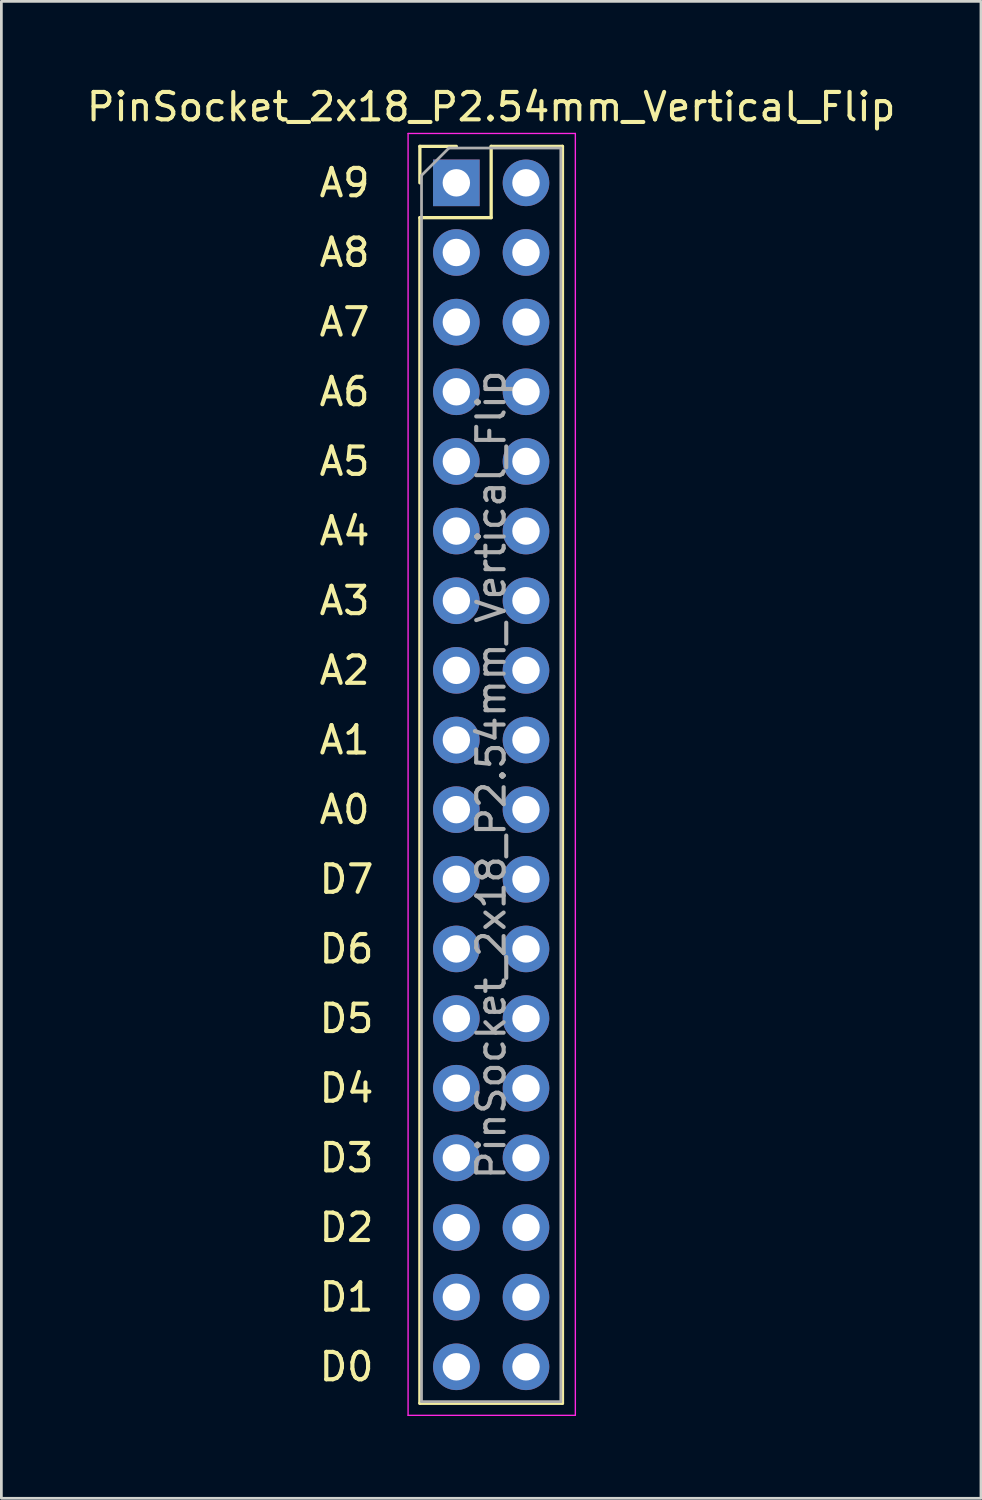
<source format=kicad_pcb>
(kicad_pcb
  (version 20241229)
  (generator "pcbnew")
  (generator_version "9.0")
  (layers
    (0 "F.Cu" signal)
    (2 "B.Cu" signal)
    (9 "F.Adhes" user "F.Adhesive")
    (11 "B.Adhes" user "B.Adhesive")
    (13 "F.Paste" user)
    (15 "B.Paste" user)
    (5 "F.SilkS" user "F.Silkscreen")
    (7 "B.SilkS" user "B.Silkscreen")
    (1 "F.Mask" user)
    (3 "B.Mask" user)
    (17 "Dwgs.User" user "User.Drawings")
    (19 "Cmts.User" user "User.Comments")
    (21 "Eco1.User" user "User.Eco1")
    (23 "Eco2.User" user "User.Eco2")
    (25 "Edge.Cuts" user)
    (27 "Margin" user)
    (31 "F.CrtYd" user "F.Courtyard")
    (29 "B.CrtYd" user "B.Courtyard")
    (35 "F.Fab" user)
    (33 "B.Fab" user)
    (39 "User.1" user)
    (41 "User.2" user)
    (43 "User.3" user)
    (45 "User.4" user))
  (footprint "PinSocket_2x18_P2.54mm_Vertical_Flip"
    (layer "F.Cu")
    (at 13.593 3.618)
    (property "Reference" "PinSocket_2x18_P2.54mm_Vertical_Flip" (at 1.27 -2.77 0) (layer "F.SilkS") (effects (font (size 1 1) (thickness 0.15))))
    (attr through_hole)
    (fp_line (start -1.33 -1.33) (end -1.33 0) (stroke (width 0.12) (type solid)) (layer "F.SilkS"))
    (fp_line (start -1.33 1.27) (end -1.33 44.51) (stroke (width 0.12) (type solid)) (layer "F.SilkS"))
    (fp_line (start 0 -1.33) (end -1.33 -1.33) (stroke (width 0.12) (type solid)) (layer "F.SilkS"))
    (fp_line (start 1.27 -1.33) (end 1.27 1.27) (stroke (width 0.12) (type solid)) (layer "F.SilkS"))
    (fp_line (start 1.27 1.27) (end -1.33 1.27) (stroke (width 0.12) (type solid)) (layer "F.SilkS"))
    (fp_line (start 3.87 -1.33) (end 1.27 -1.33) (stroke (width 0.12) (type solid)) (layer "F.SilkS"))
    (fp_line (start 3.87 -1.33) (end 3.87 44.51) (stroke (width 0.12) (type solid)) (layer "F.SilkS"))
    (fp_line (start 3.87 44.51) (end -1.33 44.51) (stroke (width 0.12) (type solid)) (layer "F.SilkS"))
    (fp_line (start -1.76 -1.8) (end -1.76 44.95) (stroke (width 0.05) (type solid)) (layer "F.CrtYd"))
    (fp_line (start -1.76 44.95) (end 4.34 44.95) (stroke (width 0.05) (type solid)) (layer "F.CrtYd"))
    (fp_line (start 4.34 -1.8) (end -1.76 -1.8) (stroke (width 0.05) (type solid)) (layer "F.CrtYd"))
    (fp_line (start 4.34 44.95) (end 4.34 -1.8) (stroke (width 0.05) (type solid)) (layer "F.CrtYd"))
    (fp_line (start -1.27 -0.27) (end -1.27 44.45) (stroke (width 0.1) (type solid)) (layer "F.Fab"))
    (fp_line (start -1.27 44.45) (end 3.81 44.45) (stroke (width 0.1) (type solid)) (layer "F.Fab"))
    (fp_line (start -0.27 -1.27) (end -1.27 -0.27) (stroke (width 0.1) (type solid)) (layer "F.Fab"))
    (fp_line (start 3.81 -1.27) (end -0.27 -1.27) (stroke (width 0.1) (type solid)) (layer "F.Fab"))
    (fp_line (start 3.81 44.45) (end 3.81 -1.27) (stroke (width 0.1) (type solid)) (layer "F.Fab"))
    (fp_text user "D5" (at -5.08 30.48 0) (unlocked yes) (layer "F.SilkS") (effects (font (size 1 1) (thickness 0.15)) (justify left)))
    (fp_text user "D4" (at -5.08 33.02 0) (unlocked yes) (layer "F.SilkS") (effects (font (size 1 1) (thickness 0.15)) (justify left)))
    (fp_text user "A5" (at -5.08 10.16 0) (unlocked yes) (layer "F.SilkS") (effects (font (size 1 1) (thickness 0.15)) (justify left)))
    (fp_text user "A0" (at -5.08 22.86 0) (unlocked yes) (layer "F.SilkS") (effects (font (size 1 1) (thickness 0.15)) (justify left)))
    (fp_text user "A2" (at -5.08 17.78 0) (unlocked yes) (layer "F.SilkS") (effects (font (size 1 1) (thickness 0.15)) (justify left)))
    (fp_text user "A6" (at -5.08 7.62 0) (unlocked yes) (layer "F.SilkS") (effects (font (size 1 1) (thickness 0.15)) (justify left)))
    (fp_text user "A8" (at -5.08 2.54 0) (unlocked yes) (layer "F.SilkS") (effects (font (size 1 1) (thickness 0.15)) (justify left)))
    (fp_text user "D3" (at -5.08 35.56 0) (unlocked yes) (layer "F.SilkS") (effects (font (size 1 1) (thickness 0.15)) (justify left)))
    (fp_text user "A9" (at -5.08 0 0) (unlocked yes) (layer "F.SilkS") (effects (font (size 1 1) (thickness 0.15)) (justify left)))
    (fp_text user "D2" (at -5.08 38.1 0) (unlocked yes) (layer "F.SilkS") (effects (font (size 1 1) (thickness 0.15)) (justify left)))
    (fp_text user "D1\n" (at -5.08 40.64 0) (unlocked yes) (layer "F.SilkS") (effects (font (size 1 1) (thickness 0.15)) (justify left)))
    (fp_text user "A7" (at -5.08 5.08 0) (unlocked yes) (layer "F.SilkS") (effects (font (size 1 1) (thickness 0.15)) (justify left)))
    (fp_text user "D0" (at -5.08 43.18 0) (unlocked yes) (layer "F.SilkS") (effects (font (size 1 1) (thickness 0.15)) (justify left)))
    (fp_text user "D7" (at -5.08 25.4 0) (unlocked yes) (layer "F.SilkS") (effects (font (size 1 1) (thickness 0.15)) (justify left)))
    (fp_text user "A4" (at -5.08 12.7 0) (unlocked yes) (layer "F.SilkS") (effects (font (size 1 1) (thickness 0.15)) (justify left)))
    (fp_text user "D6" (at -5.08 27.94 0) (unlocked yes) (layer "F.SilkS") (effects (font (size 1 1) (thickness 0.15)) (justify left)))
    (fp_text user "A1" (at -5.08 20.32 0) (unlocked yes) (layer "F.SilkS") (effects (font (size 1 1) (thickness 0.15)) (justify left)))
    (fp_text user "A3" (at -5.08 15.24 0) (unlocked yes) (layer "F.SilkS") (effects (font (size 1 1) (thickness 0.15)) (justify left)))
    (fp_text user "${REFERENCE}" (at 1.27 21.59 270) (layer "F.Fab") (effects (font (size 1 1) (thickness 0.15))))
    (pad "1" thru_hole rect (at 0 0) (size 1.7 1.7) (drill 1) (layers "*.Cu" "*.Mask"))
    (pad "2" thru_hole oval (at 2.54 0) (size 1.7 1.7) (drill 1) (layers "*.Cu" "*.Mask"))
    (pad "3" thru_hole oval (at 0 2.54) (size 1.7 1.7) (drill 1) (layers "*.Cu" "*.Mask"))
    (pad "4" thru_hole oval (at 2.54 2.54) (size 1.7 1.7) (drill 1) (layers "*.Cu" "*.Mask"))
    (pad "5" thru_hole oval (at 0 5.08) (size 1.7 1.7) (drill 1) (layers "*.Cu" "*.Mask"))
    (pad "6" thru_hole oval (at 2.54 5.08) (size 1.7 1.7) (drill 1) (layers "*.Cu" "*.Mask"))
    (pad "7" thru_hole oval (at 0 7.62) (size 1.7 1.7) (drill 1) (layers "*.Cu" "*.Mask"))
    (pad "8" thru_hole oval (at 2.54 7.62) (size 1.7 1.7) (drill 1) (layers "*.Cu" "*.Mask"))
    (pad "9" thru_hole oval (at 0 10.16) (size 1.7 1.7) (drill 1) (layers "*.Cu" "*.Mask"))
    (pad "10" thru_hole oval (at 2.54 10.16) (size 1.7 1.7) (drill 1) (layers "*.Cu" "*.Mask"))
    (pad "11" thru_hole oval (at 0 12.7) (size 1.7 1.7) (drill 1) (layers "*.Cu" "*.Mask"))
    (pad "12" thru_hole oval (at 2.54 12.7) (size 1.7 1.7) (drill 1) (layers "*.Cu" "*.Mask"))
    (pad "13" thru_hole oval (at 0 15.24) (size 1.7 1.7) (drill 1) (layers "*.Cu" "*.Mask"))
    (pad "14" thru_hole oval (at 2.54 15.24) (size 1.7 1.7) (drill 1) (layers "*.Cu" "*.Mask"))
    (pad "15" thru_hole oval (at 0 17.78) (size 1.7 1.7) (drill 1) (layers "*.Cu" "*.Mask"))
    (pad "16" thru_hole oval (at 2.54 17.78) (size 1.7 1.7) (drill 1) (layers "*.Cu" "*.Mask"))
    (pad "17" thru_hole oval (at 0 20.32) (size 1.7 1.7) (drill 1) (layers "*.Cu" "*.Mask"))
    (pad "18" thru_hole oval (at 2.54 20.32) (size 1.7 1.7) (drill 1) (layers "*.Cu" "*.Mask"))
    (pad "19" thru_hole oval (at 0 22.86) (size 1.7 1.7) (drill 1) (layers "*.Cu" "*.Mask"))
    (pad "20" thru_hole oval (at 2.54 22.86) (size 1.7 1.7) (drill 1) (layers "*.Cu" "*.Mask"))
    (pad "21" thru_hole oval (at 0 25.4) (size 1.7 1.7) (drill 1) (layers "*.Cu" "*.Mask"))
    (pad "22" thru_hole oval (at 2.54 25.4) (size 1.7 1.7) (drill 1) (layers "*.Cu" "*.Mask"))
    (pad "23" thru_hole oval (at 0 27.94) (size 1.7 1.7) (drill 1) (layers "*.Cu" "*.Mask"))
    (pad "24" thru_hole oval (at 2.54 27.94) (size 1.7 1.7) (drill 1) (layers "*.Cu" "*.Mask"))
    (pad "25" thru_hole oval (at 0 30.48) (size 1.7 1.7) (drill 1) (layers "*.Cu" "*.Mask"))
    (pad "26" thru_hole oval (at 2.54 30.48) (size 1.7 1.7) (drill 1) (layers "*.Cu" "*.Mask"))
    (pad "27" thru_hole oval (at 0 33.02) (size 1.7 1.7) (drill 1) (layers "*.Cu" "*.Mask"))
    (pad "28" thru_hole oval (at 2.54 33.02) (size 1.7 1.7) (drill 1) (layers "*.Cu" "*.Mask"))
    (pad "29" thru_hole oval (at 0 35.56) (size 1.7 1.7) (drill 1) (layers "*.Cu" "*.Mask"))
    (pad "30" thru_hole oval (at 2.54 35.56) (size 1.7 1.7) (drill 1) (layers "*.Cu" "*.Mask"))
    (pad "31" thru_hole oval (at 0 38.1) (size 1.7 1.7) (drill 1) (layers "*.Cu" "*.Mask"))
    (pad "32" thru_hole oval (at 2.54 38.1) (size 1.7 1.7) (drill 1) (layers "*.Cu" "*.Mask"))
    (pad "33" thru_hole oval (at 0 40.64) (size 1.7 1.7) (drill 1) (layers "*.Cu" "*.Mask"))
    (pad "34" thru_hole oval (at 2.54 40.64) (size 1.7 1.7) (drill 1) (layers "*.Cu" "*.Mask"))
    (pad "35" thru_hole oval (at 0 43.18) (size 1.7 1.7) (drill 1) (layers "*.Cu" "*.Mask"))
    (pad "36" thru_hole oval (at 2.54 43.18) (size 1.7 1.7) (drill 1) (layers "*.Cu" "*.Mask")))
  (gr_rect
    (start -3 -3)
    (end 32.726 51.593)
    (stroke (width 0.1) (type default))
    (fill no)
    (layer "Edge.Cuts")))
</source>
